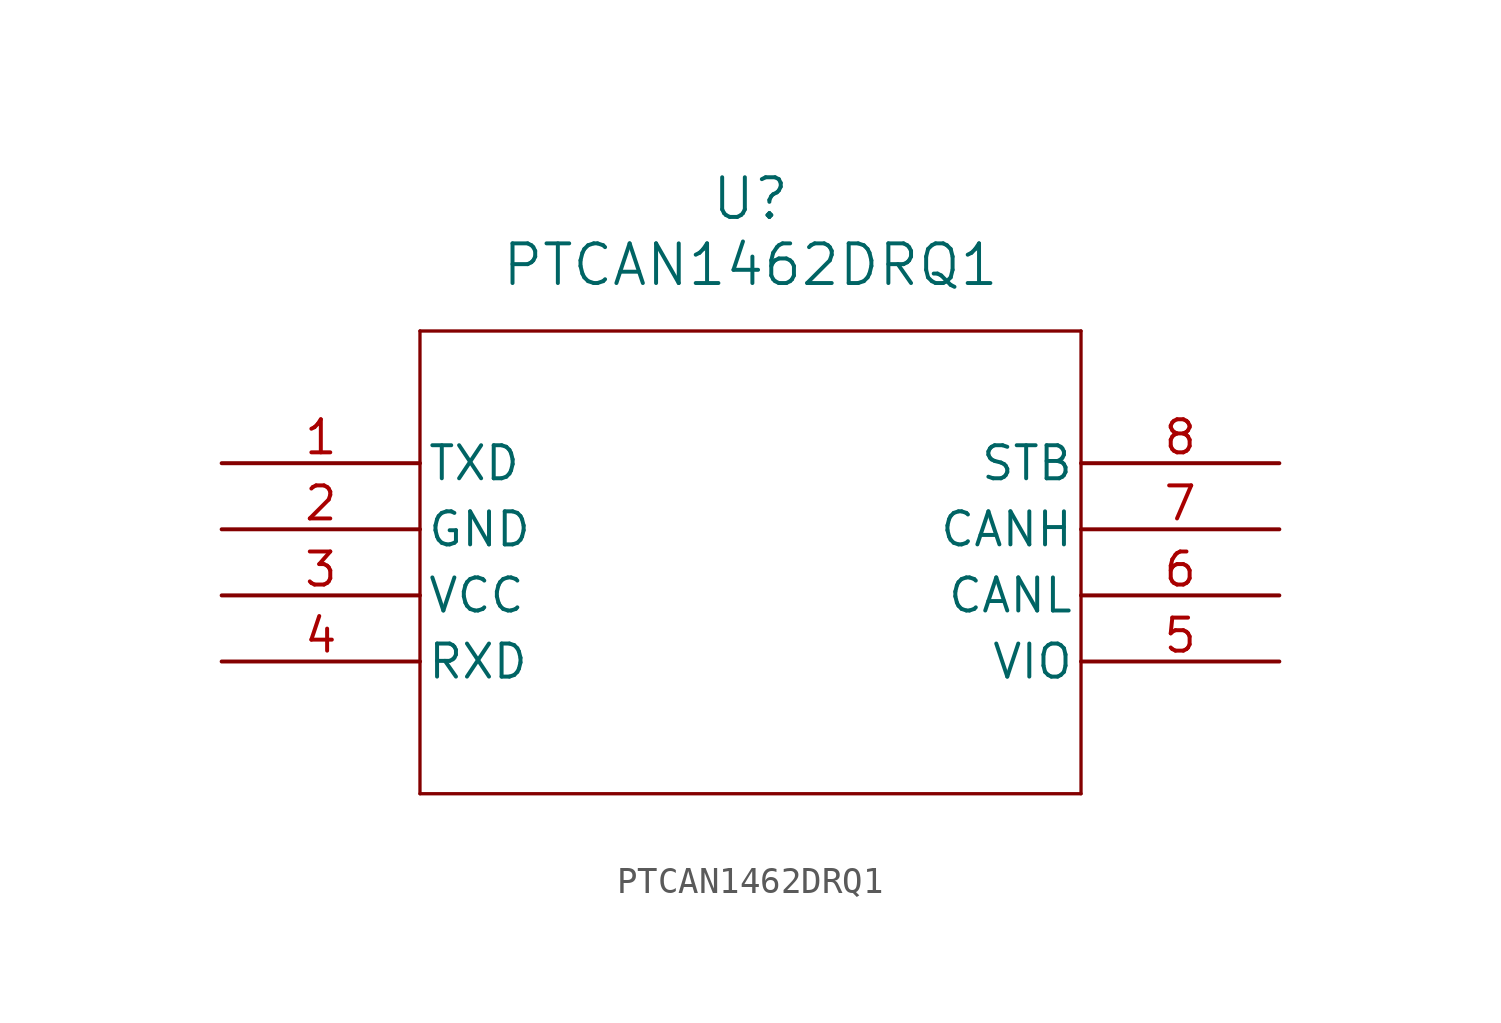
<source format=kicad_sym>
(kicad_symbol_lib
  (version 20231120)
  (generator "kicad_symbol_editor")
  (generator_version "8.0")
  (symbol "PTCAN1462DRQ1"
    (pin_names
      (offset 0.254))
    (property "Reference" "U"
      (at 20.32 10.16 0)
      (effects (font (size 1.524 1.524))))
    (property "Value" "PTCAN1462DRQ1"
      (at 20.32 7.62 0)
      (effects (font (size 1.524 1.524))))
    (property "ki_locked" ""
      (at 0 0 0)
      (effects (font (size 1.27 1.27))))
    (symbol "PTCAN1462DRQ1_0_1"
      (polyline (pts (xy 7.62 -12.7) (xy 33.02 -12.7)) (stroke (width 0.127) (type default)) (fill (type none)))
      (polyline (pts (xy 7.62 5.08) (xy 7.62 -12.7)) (stroke (width 0.127) (type default)) (fill (type none)))
      (polyline (pts (xy 33.02 -12.7) (xy 33.02 5.08)) (stroke (width 0.127) (type default)) (fill (type none)))
      (polyline (pts (xy 33.02 5.08) (xy 7.62 5.08)) (stroke (width 0.127) (type default)) (fill (type none)))
      (pin input line (at 0 0 0) (length 7.62) (name "TXD" (effects (font (size 1.27 1.27)))) (number "1" (effects (font (size 1.27 1.27)))))
      (pin power_out line (at 0 -2.54 0) (length 7.62) (name "GND" (effects (font (size 1.27 1.27)))) (number "2" (effects (font (size 1.27 1.27)))))
      (pin power_in line (at 0 -5.08 0) (length 7.62) (name "VCC" (effects (font (size 1.27 1.27)))) (number "3" (effects (font (size 1.27 1.27)))))
      (pin output line (at 0 -7.62 0) (length 7.62) (name "RXD" (effects (font (size 1.27 1.27)))) (number "4" (effects (font (size 1.27 1.27)))))
      (pin power_in line (at 40.64 -7.62 180) (length 7.62) (name "VIO" (effects (font (size 1.27 1.27)))) (number "5" (effects (font (size 1.27 1.27)))))
      (pin bidirectional line (at 40.64 -5.08 180) (length 7.62) (name "CANL" (effects (font (size 1.27 1.27)))) (number "6" (effects (font (size 1.27 1.27)))))
      (pin bidirectional line (at 40.64 -2.54 180) (length 7.62) (name "CANH" (effects (font (size 1.27 1.27)))) (number "7" (effects (font (size 1.27 1.27)))))
      (pin input line (at 40.64 0 180) (length 7.62) (name "STB" (effects (font (size 1.27 1.27)))) (number "8" (effects (font (size 1.27 1.27))))))))
</source>
